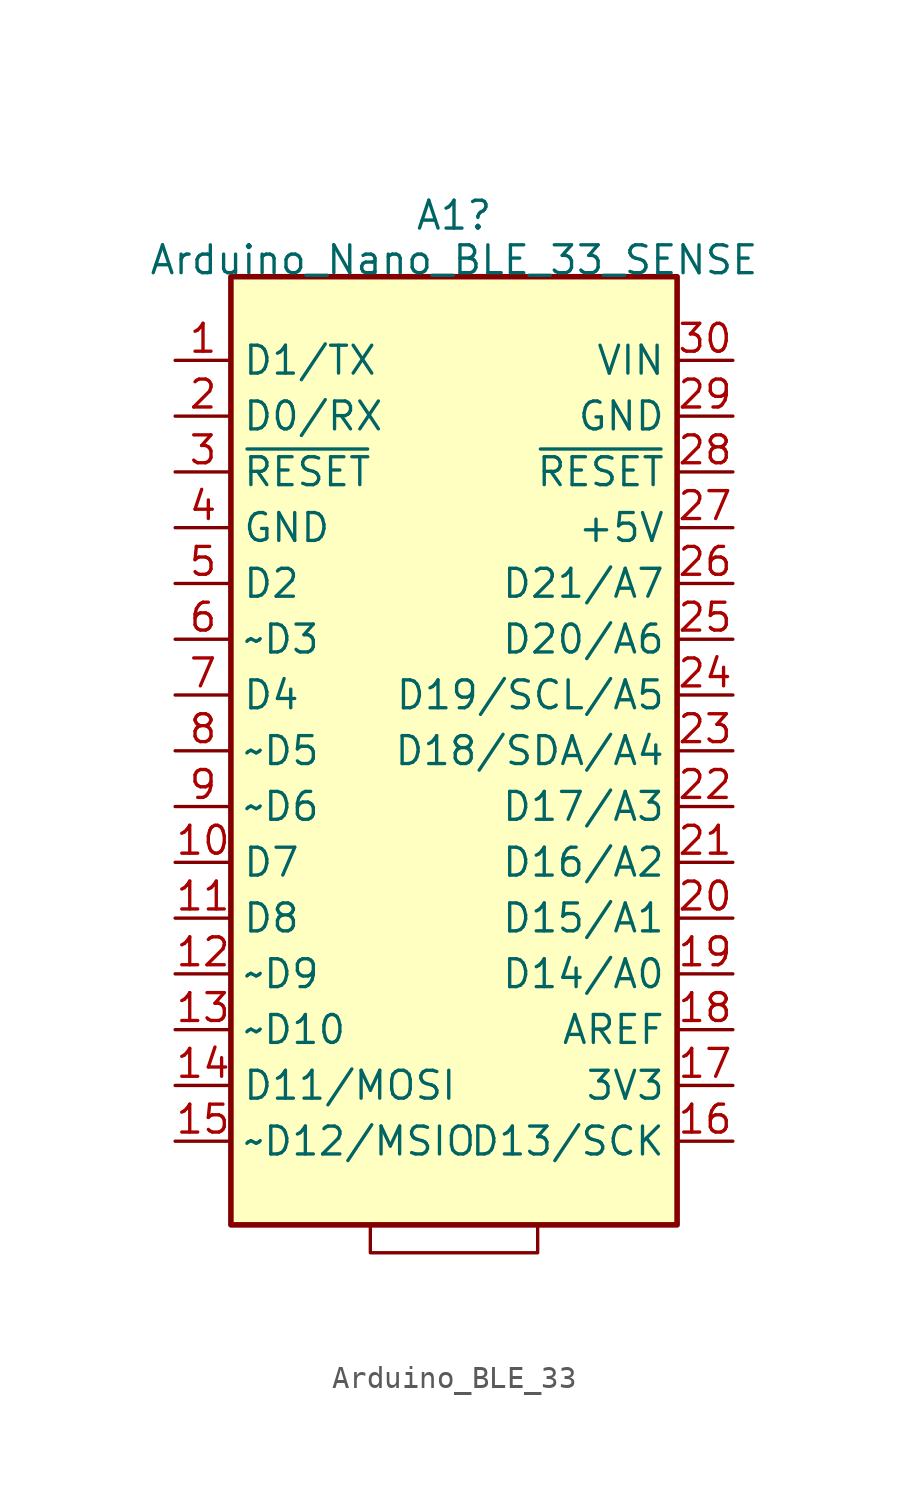
<source format=kicad_sym>
(kicad_symbol_lib
  (version 20211014)
  (generator kicad_symbol_editor)
  (symbol "Arduino_BLE_33"
    (property "Reference" "A1"
      (at 0 25.654 0)
      (effects (font (size 1.27 1.27))))
    (property "Value" "Arduino_Nano_BLE_33_SENSE"
      (at 0 23.622 0)
      (effects (font (size 1.27 1.27))))
    (symbol "Arduino_BLE_33_0_1"
      (rectangle (start -10.16 22.86) (end 10.16 -20.32) (stroke (width 0.254) (type default) (color 0 0 0 0)) (fill (type background)))
      (rectangle (start -3.81 -20.32) (end 3.81 -21.59) (stroke (width 0) (type default) (color 0 0 0 0)) (fill (type none))))
    (symbol "Arduino_BLE_33_1_1"
      (pin bidirectional line (at -12.7 19.05 0) (length 2.54) (name "D1/TX" (effects (font (size 1.27 1.27)))) (number "1" (effects (font (size 1.27 1.27)))))
      (pin bidirectional line (at -12.7 -3.81 0) (length 2.54) (name "D7" (effects (font (size 1.27 1.27)))) (number "10" (effects (font (size 1.27 1.27)))))
      (pin bidirectional line (at -12.7 -6.35 0) (length 2.54) (name "D8" (effects (font (size 1.27 1.27)))) (number "11" (effects (font (size 1.27 1.27)))))
      (pin bidirectional line (at -12.7 -8.89 0) (length 2.54) (name "~D9" (effects (font (size 1.27 1.27)))) (number "12" (effects (font (size 1.27 1.27)))))
      (pin bidirectional line (at -12.7 -11.43 0) (length 2.54) (name "~D10" (effects (font (size 1.27 1.27)))) (number "13" (effects (font (size 1.27 1.27)))))
      (pin bidirectional line (at -12.7 -13.97 0) (length 2.54) (name "D11/MOSI" (effects (font (size 1.27 1.27)))) (number "14" (effects (font (size 1.27 1.27)))))
      (pin bidirectional line (at -12.7 -16.51 0) (length 2.54) (name "~D12/MSIO" (effects (font (size 1.27 1.27)))) (number "15" (effects (font (size 1.27 1.27)))))
      (pin bidirectional line (at 12.7 -16.51 180) (length 2.54) (name "D13/SCK" (effects (font (size 1.27 1.27)))) (number "16" (effects (font (size 1.27 1.27)))))
      (pin power_out line (at 12.7 -13.97 180) (length 2.54) (name "3V3" (effects (font (size 1.27 1.27)))) (number "17" (effects (font (size 1.27 1.27)))))
      (pin input line (at 12.7 -11.43 180) (length 2.54) (name "AREF" (effects (font (size 1.27 1.27)))) (number "18" (effects (font (size 1.27 1.27)))))
      (pin bidirectional line (at 12.7 -8.89 180) (length 2.54) (name "D14/A0" (effects (font (size 1.27 1.27)))) (number "19" (effects (font (size 1.27 1.27)))))
      (pin bidirectional line (at -12.7 16.51 0) (length 2.54) (name "D0/RX" (effects (font (size 1.27 1.27)))) (number "2" (effects (font (size 1.27 1.27)))))
      (pin bidirectional line (at 12.7 -6.35 180) (length 2.54) (name "D15/A1" (effects (font (size 1.27 1.27)))) (number "20" (effects (font (size 1.27 1.27)))))
      (pin bidirectional line (at 12.7 -3.81 180) (length 2.54) (name "D16/A2" (effects (font (size 1.27 1.27)))) (number "21" (effects (font (size 1.27 1.27)))))
      (pin bidirectional line (at 12.7 -1.27 180) (length 2.54) (name "D17/A3" (effects (font (size 1.27 1.27)))) (number "22" (effects (font (size 1.27 1.27)))))
      (pin bidirectional line (at 12.7 1.27 180) (length 2.54) (name "D18/SDA/A4" (effects (font (size 1.27 1.27)))) (number "23" (effects (font (size 1.27 1.27)))))
      (pin bidirectional line (at 12.7 3.81 180) (length 2.54) (name "D19/SCL/A5" (effects (font (size 1.27 1.27)))) (number "24" (effects (font (size 1.27 1.27)))))
      (pin bidirectional line (at 12.7 6.35 180) (length 2.54) (name "D20/A6" (effects (font (size 1.27 1.27)))) (number "25" (effects (font (size 1.27 1.27)))))
      (pin bidirectional line (at 12.7 8.89 180) (length 2.54) (name "D21/A7" (effects (font (size 1.27 1.27)))) (number "26" (effects (font (size 1.27 1.27)))))
      (pin power_out line (at 12.7 11.43 180) (length 2.54) (name "+5V" (effects (font (size 1.27 1.27)))) (number "27" (effects (font (size 1.27 1.27)))))
      (pin input line (at 12.7 13.97 180) (length 2.54) (name "~{RESET}" (effects (font (size 1.27 1.27)))) (number "28" (effects (font (size 1.27 1.27)))))
      (pin power_in line (at 12.7 16.51 180) (length 2.54) (name "GND" (effects (font (size 1.27 1.27)))) (number "29" (effects (font (size 1.27 1.27)))))
      (pin input line (at -12.7 13.97 0) (length 2.54) (name "~{RESET}" (effects (font (size 1.27 1.27)))) (number "3" (effects (font (size 1.27 1.27)))))
      (pin power_in line (at 12.7 19.05 180) (length 2.54) (name "VIN" (effects (font (size 1.27 1.27)))) (number "30" (effects (font (size 1.27 1.27)))))
      (pin power_in line (at -12.7 11.43 0) (length 2.54) (name "GND" (effects (font (size 1.27 1.27)))) (number "4" (effects (font (size 1.27 1.27)))))
      (pin bidirectional line (at -12.7 8.89 0) (length 2.54) (name "D2" (effects (font (size 1.27 1.27)))) (number "5" (effects (font (size 1.27 1.27)))))
      (pin bidirectional line (at -12.7 6.35 0) (length 2.54) (name "~D3" (effects (font (size 1.27 1.27)))) (number "6" (effects (font (size 1.27 1.27)))))
      (pin bidirectional line (at -12.7 3.81 0) (length 2.54) (name "D4" (effects (font (size 1.27 1.27)))) (number "7" (effects (font (size 1.27 1.27)))))
      (pin bidirectional line (at -12.7 1.27 0) (length 2.54) (name "~D5" (effects (font (size 1.27 1.27)))) (number "8" (effects (font (size 1.27 1.27)))))
      (pin bidirectional line (at -12.7 -1.27 0) (length 2.54) (name "~D6" (effects (font (size 1.27 1.27)))) (number "9" (effects (font (size 1.27 1.27))))))))
</source>
